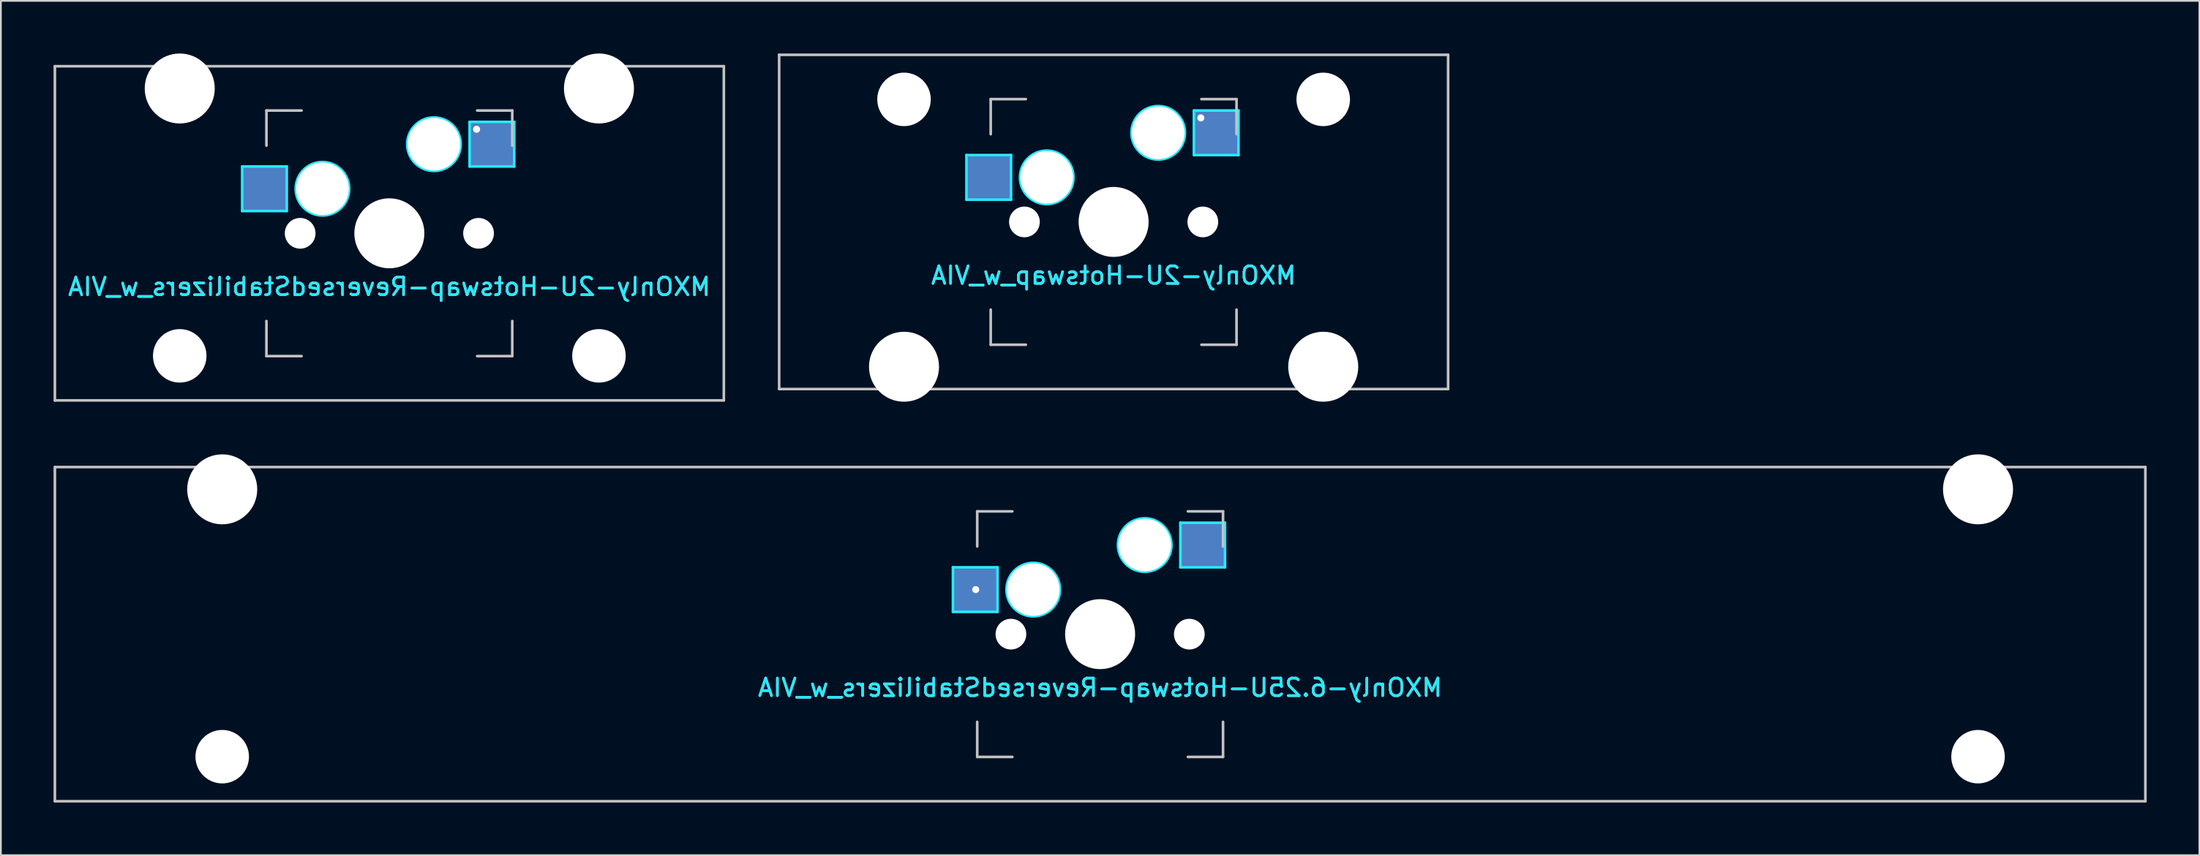
<source format=kicad_pcb>
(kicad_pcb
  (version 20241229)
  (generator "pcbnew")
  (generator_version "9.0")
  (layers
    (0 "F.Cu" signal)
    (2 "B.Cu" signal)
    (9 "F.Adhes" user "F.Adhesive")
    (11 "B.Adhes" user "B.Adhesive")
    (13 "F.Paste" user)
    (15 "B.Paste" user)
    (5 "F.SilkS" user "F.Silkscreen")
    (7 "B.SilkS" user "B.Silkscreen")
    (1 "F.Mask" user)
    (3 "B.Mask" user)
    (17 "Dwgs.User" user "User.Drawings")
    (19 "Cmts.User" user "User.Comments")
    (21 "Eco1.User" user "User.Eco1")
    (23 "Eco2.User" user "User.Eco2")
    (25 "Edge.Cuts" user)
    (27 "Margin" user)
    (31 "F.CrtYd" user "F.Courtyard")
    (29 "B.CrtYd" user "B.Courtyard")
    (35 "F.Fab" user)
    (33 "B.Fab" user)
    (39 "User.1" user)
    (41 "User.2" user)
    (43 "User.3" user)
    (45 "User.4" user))
  (footprint "MXOnly-6.25U-Hotswap-ReversedStabilizers_w_VIA"
    (layer "F.Cu")
    (at 59.606 33.098)
    (property "Reference" "MXOnly-6.25U-Hotswap-ReversedStabilizers_w_VIA" (at 0 3.048 0) (layer "B.CrtYd") (effects (font (size 1 1) (thickness 0.15)) (justify mirror)))
    (attr smd)
    (fp_line (start -59.531 -9.525) (end 59.531 -9.525) (stroke (width 0.15) (type solid)) (layer "Dwgs.User"))
    (fp_line (start -59.531 9.525) (end -59.531 -9.525) (stroke (width 0.15) (type solid)) (layer "Dwgs.User"))
    (fp_line (start -7 -7) (end -7 -5) (stroke (width 0.15) (type solid)) (layer "Dwgs.User"))
    (fp_line (start -7 5) (end -7 7) (stroke (width 0.15) (type solid)) (layer "Dwgs.User"))
    (fp_line (start -7 7) (end -5 7) (stroke (width 0.15) (type solid)) (layer "Dwgs.User"))
    (fp_line (start -5 -7) (end -7 -7) (stroke (width 0.15) (type solid)) (layer "Dwgs.User"))
    (fp_line (start 5 -7) (end 7 -7) (stroke (width 0.15) (type solid)) (layer "Dwgs.User"))
    (fp_line (start 5 7) (end 7 7) (stroke (width 0.15) (type solid)) (layer "Dwgs.User"))
    (fp_line (start 7 -7) (end 7 -5) (stroke (width 0.15) (type solid)) (layer "Dwgs.User"))
    (fp_line (start 7 7) (end 7 5) (stroke (width 0.15) (type solid)) (layer "Dwgs.User"))
    (fp_line (start 59.531 -9.525) (end 59.531 9.525) (stroke (width 0.15) (type solid)) (layer "Dwgs.User"))
    (fp_line (start 59.531 9.525) (end -59.531 9.525) (stroke (width 0.15) (type solid)) (layer "Dwgs.User"))
    (fp_line (start -8.382 -3.81) (end -5.842 -3.81) (stroke (width 0.15) (type solid)) (layer "B.CrtYd"))
    (fp_line (start -8.382 -1.27) (end -8.382 -3.81) (stroke (width 0.15) (type solid)) (layer "B.CrtYd"))
    (fp_line (start -5.842 -3.81) (end -5.842 -1.27) (stroke (width 0.15) (type solid)) (layer "B.CrtYd"))
    (fp_line (start -5.842 -1.27) (end -8.382 -1.27) (stroke (width 0.15) (type solid)) (layer "B.CrtYd"))
    (fp_line (start 4.572 -6.35) (end 7.112 -6.35) (stroke (width 0.15) (type solid)) (layer "B.CrtYd"))
    (fp_line (start 4.572 -3.81) (end 4.572 -6.35) (stroke (width 0.15) (type solid)) (layer "B.CrtYd"))
    (fp_line (start 7.112 -6.35) (end 7.112 -3.81) (stroke (width 0.15) (type solid)) (layer "B.CrtYd"))
    (fp_line (start 7.112 -3.81) (end 4.572 -3.81) (stroke (width 0.15) (type solid)) (layer "B.CrtYd"))
    (fp_circle (center -3.81 -2.54) (end -3.81 -4.064) (stroke (width 0.15) (type solid)) (fill no) (layer "B.CrtYd"))
    (fp_circle (center 2.54 -5.08) (end 2.54 -6.604) (stroke (width 0.15) (type solid)) (fill no) (layer "B.CrtYd"))
    (fp_text user "${REFERENCE}" (at 0 3.048 0) (layer "B.SilkS") (effects (font (size 1 1) (thickness 0.15)) (justify mirror)))
    (pad "" np_thru_hole circle (at -50 -8.255) (size 3.988 3.988) (drill 3.988) (layers "*.Cu" "*.Mask"))
    (pad "" np_thru_hole circle (at -50 6.985) (size 3.048 3.048) (drill 3.048) (layers "*.Cu" "*.Mask"))
    (pad "" np_thru_hole circle (at -5.08 0 48.1) (size 1.75 1.75) (drill 1.75) (layers "*.Cu" "*.Mask"))
    (pad "" np_thru_hole circle (at -3.81 -2.54) (size 3 3) (drill 3) (layers "*.Cu" "*.Mask"))
    (pad "" np_thru_hole circle (at 0 0) (size 3.988 3.988) (drill 3.988) (layers "*.Cu" "*.Mask"))
    (pad "" np_thru_hole circle (at 2.54 -5.08) (size 3 3) (drill 3) (layers "*.Cu" "*.Mask"))
    (pad "" np_thru_hole circle (at 5.08 0 48.1) (size 1.75 1.75) (drill 1.75) (layers "*.Cu" "*.Mask"))
    (pad "" np_thru_hole circle (at 50 -8.255) (size 3.988 3.988) (drill 3.988) (layers "*.Cu" "*.Mask"))
    (pad "" np_thru_hole circle (at 50 6.985) (size 3.048 3.048) (drill 3.048) (layers "*.Cu" "*.Mask"))
    (pad "1" thru_hole circle (at -7.085 -2.54) (size 0.8 0.8) (drill 0.4) (layers "*.Cu" "*.Mask"))
    (pad "1" smd rect (at -7.085 -2.54) (size 2.55 2.5) (layers "B.Cu" "B.Mask" "B.Paste"))
    (pad "2" smd rect (at 5.842 -5.08) (size 2.55 2.5) (layers "B.Cu" "B.Mask" "B.Paste")))
  (footprint "MXOnly-2U-Hotswap-ReversedStabilizers_w_VIA"
    (layer "F.Cu")
    (at 19.125 10.249)
    (property "Reference" "MXOnly-2U-Hotswap-ReversedStabilizers_w_VIA" (at 0 3.048 0) (layer "B.CrtYd") (effects (font (size 1 1) (thickness 0.15)) (justify mirror)))
    (attr smd)
    (fp_line (start -19.05 -9.525) (end 19.05 -9.525) (stroke (width 0.15) (type solid)) (layer "Dwgs.User"))
    (fp_line (start -19.05 9.525) (end -19.05 -9.525) (stroke (width 0.15) (type solid)) (layer "Dwgs.User"))
    (fp_line (start -7 -7) (end -7 -5) (stroke (width 0.15) (type solid)) (layer "Dwgs.User"))
    (fp_line (start -7 5) (end -7 7) (stroke (width 0.15) (type solid)) (layer "Dwgs.User"))
    (fp_line (start -7 7) (end -5 7) (stroke (width 0.15) (type solid)) (layer "Dwgs.User"))
    (fp_line (start -5 -7) (end -7 -7) (stroke (width 0.15) (type solid)) (layer "Dwgs.User"))
    (fp_line (start 5 -7) (end 7 -7) (stroke (width 0.15) (type solid)) (layer "Dwgs.User"))
    (fp_line (start 5 7) (end 7 7) (stroke (width 0.15) (type solid)) (layer "Dwgs.User"))
    (fp_line (start 7 -7) (end 7 -5) (stroke (width 0.15) (type solid)) (layer "Dwgs.User"))
    (fp_line (start 7 7) (end 7 5) (stroke (width 0.15) (type solid)) (layer "Dwgs.User"))
    (fp_line (start 19.05 -9.525) (end 19.05 9.525) (stroke (width 0.15) (type solid)) (layer "Dwgs.User"))
    (fp_line (start 19.05 9.525) (end -19.05 9.525) (stroke (width 0.15) (type solid)) (layer "Dwgs.User"))
    (fp_line (start -8.382 -3.81) (end -5.842 -3.81) (stroke (width 0.15) (type solid)) (layer "B.CrtYd"))
    (fp_line (start -8.382 -1.27) (end -8.382 -3.81) (stroke (width 0.15) (type solid)) (layer "B.CrtYd"))
    (fp_line (start -5.842 -3.81) (end -5.842 -1.27) (stroke (width 0.15) (type solid)) (layer "B.CrtYd"))
    (fp_line (start -5.842 -1.27) (end -8.382 -1.27) (stroke (width 0.15) (type solid)) (layer "B.CrtYd"))
    (fp_line (start 4.572 -6.35) (end 7.112 -6.35) (stroke (width 0.15) (type solid)) (layer "B.CrtYd"))
    (fp_line (start 4.572 -3.81) (end 4.572 -6.35) (stroke (width 0.15) (type solid)) (layer "B.CrtYd"))
    (fp_line (start 7.112 -6.35) (end 7.112 -3.81) (stroke (width 0.15) (type solid)) (layer "B.CrtYd"))
    (fp_line (start 7.112 -3.81) (end 4.572 -3.81) (stroke (width 0.15) (type solid)) (layer "B.CrtYd"))
    (fp_circle (center -3.81 -2.54) (end -3.81 -4.064) (stroke (width 0.15) (type solid)) (fill no) (layer "B.CrtYd"))
    (fp_circle (center 2.54 -5.08) (end 2.54 -6.604) (stroke (width 0.15) (type solid)) (fill no) (layer "B.CrtYd"))
    (fp_text user "${REFERENCE}" (at 0 3.048 0) (layer "B.SilkS") (effects (font (size 1 1) (thickness 0.15)) (justify mirror)))
    (pad "" np_thru_hole circle (at -11.938 -8.255) (size 3.988 3.988) (drill 3.988) (layers "*.Cu" "*.Mask"))
    (pad "" np_thru_hole circle (at -11.938 6.985) (size 3.048 3.048) (drill 3.048) (layers "*.Cu" "*.Mask"))
    (pad "" np_thru_hole circle (at -5.08 0 48.1) (size 1.75 1.75) (drill 1.75) (layers "*.Cu" "*.Mask"))
    (pad "" np_thru_hole circle (at -3.81 -2.54) (size 3 3) (drill 3) (layers "*.Cu" "*.Mask"))
    (pad "" np_thru_hole circle (at 0 0) (size 3.988 3.988) (drill 3.988) (layers "*.Cu" "*.Mask"))
    (pad "" np_thru_hole circle (at 2.54 -5.08) (size 3 3) (drill 3) (layers "*.Cu" "*.Mask"))
    (pad "" np_thru_hole circle (at 5.08 0 48.1) (size 1.75 1.75) (drill 1.75) (layers "*.Cu" "*.Mask"))
    (pad "" np_thru_hole circle (at 11.938 -8.255) (size 3.988 3.988) (drill 3.988) (layers "*.Cu" "*.Mask"))
    (pad "" np_thru_hole circle (at 11.938 6.985) (size 3.048 3.048) (drill 3.048) (layers "*.Cu" "*.Mask"))
    (pad "1" smd rect (at -7.085 -2.54) (size 2.55 2.5) (layers "B.Cu" "B.Mask" "B.Paste"))
    (pad "2" thru_hole circle (at 4.967 -5.93) (size 0.8 0.8) (drill 0.4) (layers "*.Cu" "*.Mask"))
    (pad "2" smd rect (at 5.842 -5.08) (size 2.55 2.5) (layers "B.Cu" "B.Mask" "B.Paste")))
  (footprint "MXOnly-2U-Hotswap_w_VIA"
    (layer "F.Cu")
    (at 60.375 9.6)
    (property "Reference" "MXOnly-2U-Hotswap_w_VIA" (at 0 3.048 0) (layer "B.CrtYd") (effects (font (size 1 1) (thickness 0.15)) (justify mirror)))
    (attr smd)
    (fp_line (start -19.05 -9.525) (end 19.05 -9.525) (stroke (width 0.15) (type solid)) (layer "Dwgs.User"))
    (fp_line (start -19.05 9.525) (end -19.05 -9.525) (stroke (width 0.15) (type solid)) (layer "Dwgs.User"))
    (fp_line (start -7 -7) (end -7 -5) (stroke (width 0.15) (type solid)) (layer "Dwgs.User"))
    (fp_line (start -7 5) (end -7 7) (stroke (width 0.15) (type solid)) (layer "Dwgs.User"))
    (fp_line (start -7 7) (end -5 7) (stroke (width 0.15) (type solid)) (layer "Dwgs.User"))
    (fp_line (start -5 -7) (end -7 -7) (stroke (width 0.15) (type solid)) (layer "Dwgs.User"))
    (fp_line (start 5 -7) (end 7 -7) (stroke (width 0.15) (type solid)) (layer "Dwgs.User"))
    (fp_line (start 5 7) (end 7 7) (stroke (width 0.15) (type solid)) (layer "Dwgs.User"))
    (fp_line (start 7 -7) (end 7 -5) (stroke (width 0.15) (type solid)) (layer "Dwgs.User"))
    (fp_line (start 7 7) (end 7 5) (stroke (width 0.15) (type solid)) (layer "Dwgs.User"))
    (fp_line (start 19.05 -9.525) (end 19.05 9.525) (stroke (width 0.15) (type solid)) (layer "Dwgs.User"))
    (fp_line (start 19.05 9.525) (end -19.05 9.525) (stroke (width 0.15) (type solid)) (layer "Dwgs.User"))
    (fp_line (start -8.382 -3.81) (end -5.842 -3.81) (stroke (width 0.15) (type solid)) (layer "B.CrtYd"))
    (fp_line (start -8.382 -1.27) (end -8.382 -3.81) (stroke (width 0.15) (type solid)) (layer "B.CrtYd"))
    (fp_line (start -5.842 -3.81) (end -5.842 -1.27) (stroke (width 0.15) (type solid)) (layer "B.CrtYd"))
    (fp_line (start -5.842 -1.27) (end -8.382 -1.27) (stroke (width 0.15) (type solid)) (layer "B.CrtYd"))
    (fp_line (start 4.572 -6.35) (end 7.112 -6.35) (stroke (width 0.15) (type solid)) (layer "B.CrtYd"))
    (fp_line (start 4.572 -3.81) (end 4.572 -6.35) (stroke (width 0.15) (type solid)) (layer "B.CrtYd"))
    (fp_line (start 7.112 -6.35) (end 7.112 -3.81) (stroke (width 0.15) (type solid)) (layer "B.CrtYd"))
    (fp_line (start 7.112 -3.81) (end 4.572 -3.81) (stroke (width 0.15) (type solid)) (layer "B.CrtYd"))
    (fp_circle (center -3.81 -2.54) (end -3.81 -4.064) (stroke (width 0.15) (type solid)) (fill no) (layer "B.CrtYd"))
    (fp_circle (center 2.54 -5.08) (end 2.54 -6.604) (stroke (width 0.15) (type solid)) (fill no) (layer "B.CrtYd"))
    (fp_text user "${REFERENCE}" (at 0 3.048 0) (layer "B.SilkS") (effects (font (size 1 1) (thickness 0.15)) (justify mirror)))
    (pad "" np_thru_hole circle (at -11.938 -6.985) (size 3.048 3.048) (drill 3.048) (layers "*.Cu" "*.Mask"))
    (pad "" np_thru_hole circle (at -11.938 8.255) (size 3.988 3.988) (drill 3.988) (layers "*.Cu" "*.Mask"))
    (pad "" np_thru_hole circle (at -5.08 0 48.1) (size 1.75 1.75) (drill 1.75) (layers "*.Cu" "*.Mask"))
    (pad "" np_thru_hole circle (at -3.81 -2.54) (size 3 3) (drill 3) (layers "*.Cu" "*.Mask"))
    (pad "" np_thru_hole circle (at 0 0) (size 3.988 3.988) (drill 3.988) (layers "*.Cu" "*.Mask"))
    (pad "" np_thru_hole circle (at 2.54 -5.08) (size 3 3) (drill 3) (layers "*.Cu" "*.Mask"))
    (pad "" np_thru_hole circle (at 5.08 0 48.1) (size 1.75 1.75) (drill 1.75) (layers "*.Cu" "*.Mask"))
    (pad "" np_thru_hole circle (at 11.938 -6.985) (size 3.048 3.048) (drill 3.048) (layers "*.Cu" "*.Mask"))
    (pad "" np_thru_hole circle (at 11.938 8.255) (size 3.988 3.988) (drill 3.988) (layers "*.Cu" "*.Mask"))
    (pad "1" smd rect (at -7.085 -2.54) (size 2.55 2.5) (layers "B.Cu" "B.Mask" "B.Paste"))
    (pad "2" thru_hole circle (at 4.967 -5.93) (size 0.8 0.8) (drill 0.4) (layers "*.Cu" "*.Mask"))
    (pad "2" smd rect (at 5.842 -5.08) (size 2.55 2.5) (layers "B.Cu" "B.Mask" "B.Paste")))
  (gr_rect
    (start -3 -3)
    (end 122.213 45.698)
    (stroke (width 0.1) (type default))
    (fill no)
    (layer "Edge.Cuts")))
</source>
